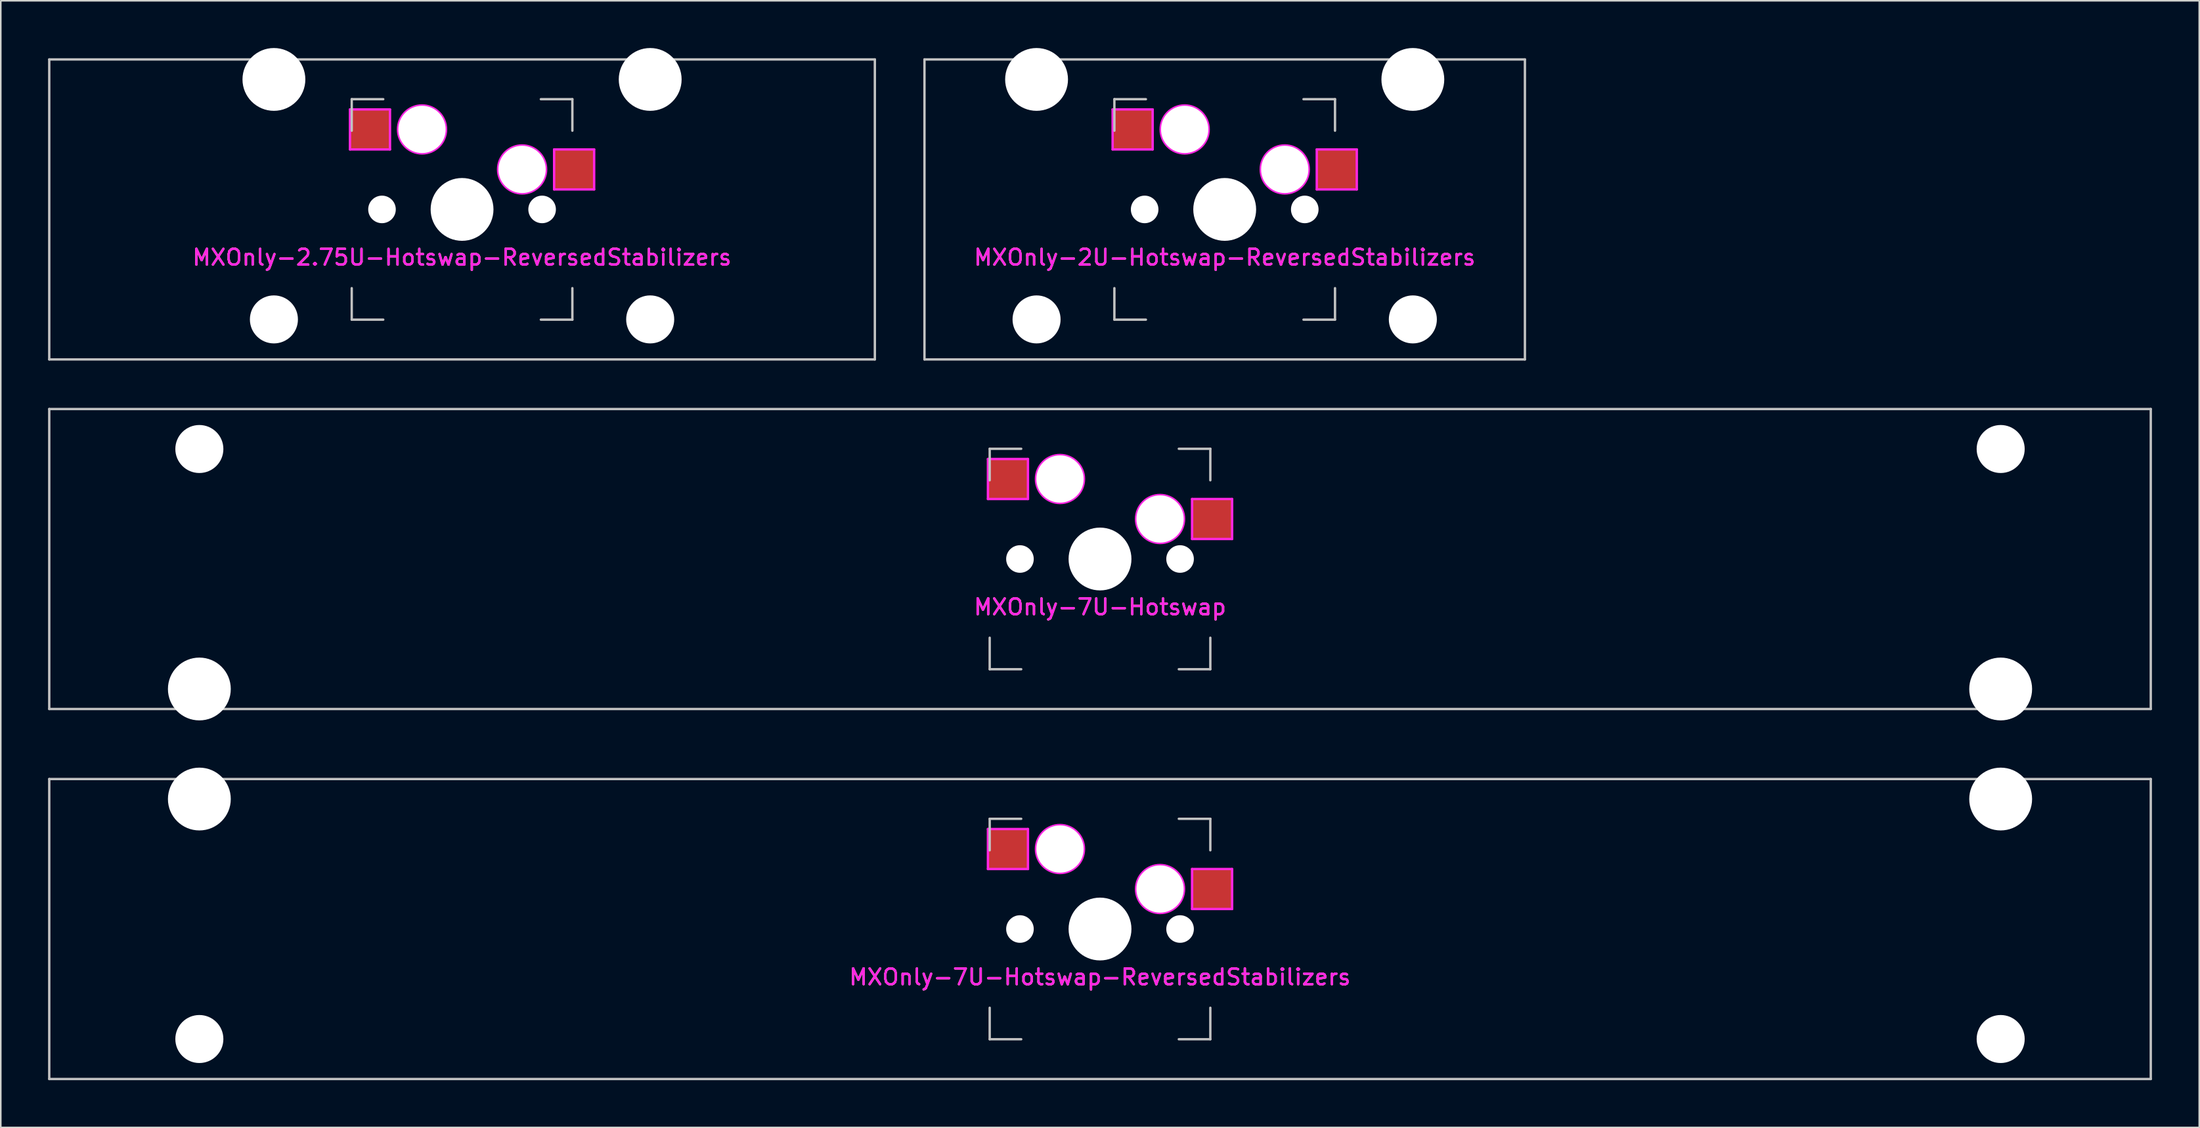
<source format=kicad_pcb>
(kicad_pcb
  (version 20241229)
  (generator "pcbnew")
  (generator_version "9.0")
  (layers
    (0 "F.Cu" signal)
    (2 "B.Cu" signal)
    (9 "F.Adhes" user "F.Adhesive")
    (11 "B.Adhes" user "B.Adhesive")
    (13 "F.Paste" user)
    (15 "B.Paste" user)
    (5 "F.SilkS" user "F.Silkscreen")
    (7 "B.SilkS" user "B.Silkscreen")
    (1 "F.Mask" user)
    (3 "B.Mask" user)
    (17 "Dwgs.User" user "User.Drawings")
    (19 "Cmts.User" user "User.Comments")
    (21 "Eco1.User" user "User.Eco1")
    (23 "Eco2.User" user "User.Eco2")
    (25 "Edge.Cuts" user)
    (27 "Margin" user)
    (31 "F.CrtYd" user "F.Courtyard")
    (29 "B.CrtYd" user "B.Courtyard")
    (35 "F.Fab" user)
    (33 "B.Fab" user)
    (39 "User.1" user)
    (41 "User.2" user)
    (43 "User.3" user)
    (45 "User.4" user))
  (footprint "MXOnly-7U-Hotswap-ReversedStabilizers"
    (layer "F.Cu")
    (at 66.75 55.947)
    (property "Reference" "MXOnly-7U-Hotswap-ReversedStabilizers" (at 0 3.048 0) (layer "F.CrtYd") (effects (font (size 1 1) (thickness 0.15))))
    (attr smd)
    (fp_line (start -66.675 -9.525) (end -66.675 9.525) (stroke (width 0.15) (type solid)) (layer "Dwgs.User"))
    (fp_line (start -66.675 9.525) (end 66.675 9.525) (stroke (width 0.15) (type solid)) (layer "Dwgs.User"))
    (fp_line (start -7 -7) (end -7 -5) (stroke (width 0.15) (type solid)) (layer "Dwgs.User"))
    (fp_line (start -7 7) (end -7 5) (stroke (width 0.15) (type solid)) (layer "Dwgs.User"))
    (fp_line (start -5 -7) (end -7 -7) (stroke (width 0.15) (type solid)) (layer "Dwgs.User"))
    (fp_line (start -5 7) (end -7 7) (stroke (width 0.15) (type solid)) (layer "Dwgs.User"))
    (fp_line (start 5 -7) (end 7 -7) (stroke (width 0.15) (type solid)) (layer "Dwgs.User"))
    (fp_line (start 7 -7) (end 7 -5) (stroke (width 0.15) (type solid)) (layer "Dwgs.User"))
    (fp_line (start 7 5) (end 7 7) (stroke (width 0.15) (type solid)) (layer "Dwgs.User"))
    (fp_line (start 7 7) (end 5 7) (stroke (width 0.15) (type solid)) (layer "Dwgs.User"))
    (fp_line (start 66.675 -9.525) (end -66.675 -9.525) (stroke (width 0.15) (type solid)) (layer "Dwgs.User"))
    (fp_line (start 66.675 9.525) (end 66.675 -9.525) (stroke (width 0.15) (type solid)) (layer "Dwgs.User"))
    (fp_line (start -7.112 -6.35) (end -7.112 -3.81) (stroke (width 0.15) (type solid)) (layer "F.CrtYd"))
    (fp_line (start -7.112 -3.81) (end -4.572 -3.81) (stroke (width 0.15) (type solid)) (layer "F.CrtYd"))
    (fp_line (start -4.572 -6.35) (end -7.112 -6.35) (stroke (width 0.15) (type solid)) (layer "F.CrtYd"))
    (fp_line (start -4.572 -3.81) (end -4.572 -6.35) (stroke (width 0.15) (type solid)) (layer "F.CrtYd"))
    (fp_line (start 5.842 -3.81) (end 5.842 -1.27) (stroke (width 0.15) (type solid)) (layer "F.CrtYd"))
    (fp_line (start 5.842 -1.27) (end 8.382 -1.27) (stroke (width 0.15) (type solid)) (layer "F.CrtYd"))
    (fp_line (start 8.382 -3.81) (end 5.842 -3.81) (stroke (width 0.15) (type solid)) (layer "F.CrtYd"))
    (fp_line (start 8.382 -1.27) (end 8.382 -3.81) (stroke (width 0.15) (type solid)) (layer "F.CrtYd"))
    (fp_circle (center -2.54 -5.08) (end -2.54 -6.604) (stroke (width 0.15) (type solid)) (fill no) (layer "F.CrtYd"))
    (fp_circle (center 3.81 -2.54) (end 3.81 -4.064) (stroke (width 0.15) (type solid)) (fill no) (layer "F.CrtYd"))
    (fp_text user "${REFERENCE}" (at 0 3.048 0) (layer "F.SilkS") (effects (font (size 1 1) (thickness 0.15))))
    (pad "" np_thru_hole circle (at -57.15 -8.255) (size 3.988 3.988) (drill 3.988) (layers "*.Cu" "*.Mask"))
    (pad "" np_thru_hole circle (at -57.15 6.985) (size 3.048 3.048) (drill 3.048) (layers "*.Cu" "*.Mask"))
    (pad "" np_thru_hole circle (at -5.08 0 311.9) (size 1.75 1.75) (drill 1.75) (layers "*.Cu" "*.Mask"))
    (pad "" np_thru_hole circle (at -2.54 -5.08) (size 3 3) (drill 3) (layers "*.Cu" "*.Mask"))
    (pad "" np_thru_hole circle (at 0 0) (size 3.988 3.988) (drill 3.988) (layers "*.Cu" "*.Mask"))
    (pad "" np_thru_hole circle (at 3.81 -2.54) (size 3 3) (drill 3) (layers "*.Cu" "*.Mask"))
    (pad "" np_thru_hole circle (at 5.08 0 311.9) (size 1.75 1.75) (drill 1.75) (layers "*.Cu" "*.Mask"))
    (pad "" np_thru_hole circle (at 57.15 -8.255) (size 3.988 3.988) (drill 3.988) (layers "*.Cu" "*.Mask"))
    (pad "" np_thru_hole circle (at 57.15 6.985) (size 3.048 3.048) (drill 3.048) (layers "*.Cu" "*.Mask"))
    (pad "1" smd rect (at 7.085 -2.54) (size 2.55 2.5) (layers "F.Cu" "F.Mask" "F.Paste"))
    (pad "2" smd rect (at -5.842 -5.08) (size 2.55 2.5) (layers "F.Cu" "F.Mask" "F.Paste")))
  (footprint "MXOnly-2U-Hotswap-ReversedStabilizers"
    (layer "F.Cu")
    (at 74.662 10.249)
    (property "Reference" "MXOnly-2U-Hotswap-ReversedStabilizers" (at 0 3.048 0) (layer "F.CrtYd") (effects (font (size 1 1) (thickness 0.15))))
    (attr smd)
    (fp_line (start -19.05 -9.525) (end -19.05 9.525) (stroke (width 0.15) (type solid)) (layer "Dwgs.User"))
    (fp_line (start -19.05 9.525) (end 19.05 9.525) (stroke (width 0.15) (type solid)) (layer "Dwgs.User"))
    (fp_line (start -7 -7) (end -7 -5) (stroke (width 0.15) (type solid)) (layer "Dwgs.User"))
    (fp_line (start -7 7) (end -7 5) (stroke (width 0.15) (type solid)) (layer "Dwgs.User"))
    (fp_line (start -5 -7) (end -7 -7) (stroke (width 0.15) (type solid)) (layer "Dwgs.User"))
    (fp_line (start -5 7) (end -7 7) (stroke (width 0.15) (type solid)) (layer "Dwgs.User"))
    (fp_line (start 5 -7) (end 7 -7) (stroke (width 0.15) (type solid)) (layer "Dwgs.User"))
    (fp_line (start 7 -7) (end 7 -5) (stroke (width 0.15) (type solid)) (layer "Dwgs.User"))
    (fp_line (start 7 5) (end 7 7) (stroke (width 0.15) (type solid)) (layer "Dwgs.User"))
    (fp_line (start 7 7) (end 5 7) (stroke (width 0.15) (type solid)) (layer "Dwgs.User"))
    (fp_line (start 19.05 -9.525) (end -19.05 -9.525) (stroke (width 0.15) (type solid)) (layer "Dwgs.User"))
    (fp_line (start 19.05 9.525) (end 19.05 -9.525) (stroke (width 0.15) (type solid)) (layer "Dwgs.User"))
    (fp_line (start -7.112 -6.35) (end -7.112 -3.81) (stroke (width 0.15) (type solid)) (layer "F.CrtYd"))
    (fp_line (start -7.112 -3.81) (end -4.572 -3.81) (stroke (width 0.15) (type solid)) (layer "F.CrtYd"))
    (fp_line (start -4.572 -6.35) (end -7.112 -6.35) (stroke (width 0.15) (type solid)) (layer "F.CrtYd"))
    (fp_line (start -4.572 -3.81) (end -4.572 -6.35) (stroke (width 0.15) (type solid)) (layer "F.CrtYd"))
    (fp_line (start 5.842 -3.81) (end 5.842 -1.27) (stroke (width 0.15) (type solid)) (layer "F.CrtYd"))
    (fp_line (start 5.842 -1.27) (end 8.382 -1.27) (stroke (width 0.15) (type solid)) (layer "F.CrtYd"))
    (fp_line (start 8.382 -3.81) (end 5.842 -3.81) (stroke (width 0.15) (type solid)) (layer "F.CrtYd"))
    (fp_line (start 8.382 -1.27) (end 8.382 -3.81) (stroke (width 0.15) (type solid)) (layer "F.CrtYd"))
    (fp_circle (center -2.54 -5.08) (end -2.54 -6.604) (stroke (width 0.15) (type solid)) (fill no) (layer "F.CrtYd"))
    (fp_circle (center 3.81 -2.54) (end 3.81 -4.064) (stroke (width 0.15) (type solid)) (fill no) (layer "F.CrtYd"))
    (fp_text user "${REFERENCE}" (at 0 3.048 0) (layer "F.SilkS") (effects (font (size 1 1) (thickness 0.15))))
    (pad "" np_thru_hole circle (at -11.938 -8.255) (size 3.988 3.988) (drill 3.988) (layers "*.Cu" "*.Mask"))
    (pad "" np_thru_hole circle (at -11.938 6.985) (size 3.048 3.048) (drill 3.048) (layers "*.Cu" "*.Mask"))
    (pad "" np_thru_hole circle (at -5.08 0 311.9) (size 1.75 1.75) (drill 1.75) (layers "*.Cu" "*.Mask"))
    (pad "" np_thru_hole circle (at -2.54 -5.08) (size 3 3) (drill 3) (layers "*.Cu" "*.Mask"))
    (pad "" np_thru_hole circle (at 0 0) (size 3.988 3.988) (drill 3.988) (layers "*.Cu" "*.Mask"))
    (pad "" np_thru_hole circle (at 3.81 -2.54) (size 3 3) (drill 3) (layers "*.Cu" "*.Mask"))
    (pad "" np_thru_hole circle (at 5.08 0 311.9) (size 1.75 1.75) (drill 1.75) (layers "*.Cu" "*.Mask"))
    (pad "" np_thru_hole circle (at 11.938 -8.255) (size 3.988 3.988) (drill 3.988) (layers "*.Cu" "*.Mask"))
    (pad "" np_thru_hole circle (at 11.938 6.985) (size 3.048 3.048) (drill 3.048) (layers "*.Cu" "*.Mask"))
    (pad "1" smd rect (at 7.085 -2.54) (size 2.55 2.5) (layers "F.Cu" "F.Mask" "F.Paste"))
    (pad "2" smd rect (at -5.842 -5.08) (size 2.55 2.5) (layers "F.Cu" "F.Mask" "F.Paste")))
  (footprint "MXOnly-7U-Hotswap"
    (layer "F.Cu")
    (at 66.75 32.449)
    (property "Reference" "MXOnly-7U-Hotswap" (at 0 3.048 0) (layer "F.CrtYd") (effects (font (size 1 1) (thickness 0.15))))
    (attr smd)
    (fp_line (start -66.675 -9.525) (end -66.675 9.525) (stroke (width 0.15) (type solid)) (layer "Dwgs.User"))
    (fp_line (start -66.675 9.525) (end 66.675 9.525) (stroke (width 0.15) (type solid)) (layer "Dwgs.User"))
    (fp_line (start -7 -7) (end -7 -5) (stroke (width 0.15) (type solid)) (layer "Dwgs.User"))
    (fp_line (start -7 7) (end -7 5) (stroke (width 0.15) (type solid)) (layer "Dwgs.User"))
    (fp_line (start -5 -7) (end -7 -7) (stroke (width 0.15) (type solid)) (layer "Dwgs.User"))
    (fp_line (start -5 7) (end -7 7) (stroke (width 0.15) (type solid)) (layer "Dwgs.User"))
    (fp_line (start 5 -7) (end 7 -7) (stroke (width 0.15) (type solid)) (layer "Dwgs.User"))
    (fp_line (start 7 -7) (end 7 -5) (stroke (width 0.15) (type solid)) (layer "Dwgs.User"))
    (fp_line (start 7 5) (end 7 7) (stroke (width 0.15) (type solid)) (layer "Dwgs.User"))
    (fp_line (start 7 7) (end 5 7) (stroke (width 0.15) (type solid)) (layer "Dwgs.User"))
    (fp_line (start 66.675 -9.525) (end -66.675 -9.525) (stroke (width 0.15) (type solid)) (layer "Dwgs.User"))
    (fp_line (start 66.675 9.525) (end 66.675 -9.525) (stroke (width 0.15) (type solid)) (layer "Dwgs.User"))
    (fp_line (start -7.112 -6.35) (end -7.112 -3.81) (stroke (width 0.15) (type solid)) (layer "F.CrtYd"))
    (fp_line (start -7.112 -3.81) (end -4.572 -3.81) (stroke (width 0.15) (type solid)) (layer "F.CrtYd"))
    (fp_line (start -4.572 -6.35) (end -7.112 -6.35) (stroke (width 0.15) (type solid)) (layer "F.CrtYd"))
    (fp_line (start -4.572 -3.81) (end -4.572 -6.35) (stroke (width 0.15) (type solid)) (layer "F.CrtYd"))
    (fp_line (start 5.842 -3.81) (end 5.842 -1.27) (stroke (width 0.15) (type solid)) (layer "F.CrtYd"))
    (fp_line (start 5.842 -1.27) (end 8.382 -1.27) (stroke (width 0.15) (type solid)) (layer "F.CrtYd"))
    (fp_line (start 8.382 -3.81) (end 5.842 -3.81) (stroke (width 0.15) (type solid)) (layer "F.CrtYd"))
    (fp_line (start 8.382 -1.27) (end 8.382 -3.81) (stroke (width 0.15) (type solid)) (layer "F.CrtYd"))
    (fp_circle (center -2.54 -5.08) (end -2.54 -6.604) (stroke (width 0.15) (type solid)) (fill no) (layer "F.CrtYd"))
    (fp_circle (center 3.81 -2.54) (end 3.81 -4.064) (stroke (width 0.15) (type solid)) (fill no) (layer "F.CrtYd"))
    (fp_text user "${REFERENCE}" (at 0 3.048 0) (layer "F.SilkS") (effects (font (size 1 1) (thickness 0.15))))
    (pad "" np_thru_hole circle (at -57.15 -6.985) (size 3.048 3.048) (drill 3.048) (layers "*.Cu" "*.Mask"))
    (pad "" np_thru_hole circle (at -57.15 8.255) (size 3.988 3.988) (drill 3.988) (layers "*.Cu" "*.Mask"))
    (pad "" np_thru_hole circle (at -5.08 0 311.9) (size 1.75 1.75) (drill 1.75) (layers "*.Cu" "*.Mask"))
    (pad "" np_thru_hole circle (at -2.54 -5.08) (size 3 3) (drill 3) (layers "*.Cu" "*.Mask"))
    (pad "" np_thru_hole circle (at 0 0) (size 3.988 3.988) (drill 3.988) (layers "*.Cu" "*.Mask"))
    (pad "" np_thru_hole circle (at 3.81 -2.54) (size 3 3) (drill 3) (layers "*.Cu" "*.Mask"))
    (pad "" np_thru_hole circle (at 5.08 0 311.9) (size 1.75 1.75) (drill 1.75) (layers "*.Cu" "*.Mask"))
    (pad "" np_thru_hole circle (at 57.15 -6.985) (size 3.048 3.048) (drill 3.048) (layers "*.Cu" "*.Mask"))
    (pad "" np_thru_hole circle (at 57.15 8.255) (size 3.988 3.988) (drill 3.988) (layers "*.Cu" "*.Mask"))
    (pad "1" smd rect (at 7.085 -2.54) (size 2.55 2.5) (layers "F.Cu" "F.Mask" "F.Paste"))
    (pad "2" smd rect (at -5.842 -5.08) (size 2.55 2.5) (layers "F.Cu" "F.Mask" "F.Paste")))
  (footprint "MXOnly-2.75U-Hotswap-ReversedStabilizers"
    (layer "F.Cu")
    (at 26.269 10.249)
    (property "Reference" "MXOnly-2.75U-Hotswap-ReversedStabilizers" (at 0 3.048 0) (layer "F.CrtYd") (effects (font (size 1 1) (thickness 0.15))))
    (attr smd)
    (fp_line (start -26.194 -9.525) (end -26.194 9.525) (stroke (width 0.15) (type solid)) (layer "Dwgs.User"))
    (fp_line (start -26.194 9.525) (end 26.194 9.525) (stroke (width 0.15) (type solid)) (layer "Dwgs.User"))
    (fp_line (start -7 -7) (end -7 -5) (stroke (width 0.15) (type solid)) (layer "Dwgs.User"))
    (fp_line (start -7 7) (end -7 5) (stroke (width 0.15) (type solid)) (layer "Dwgs.User"))
    (fp_line (start -5 -7) (end -7 -7) (stroke (width 0.15) (type solid)) (layer "Dwgs.User"))
    (fp_line (start -5 7) (end -7 7) (stroke (width 0.15) (type solid)) (layer "Dwgs.User"))
    (fp_line (start 5 -7) (end 7 -7) (stroke (width 0.15) (type solid)) (layer "Dwgs.User"))
    (fp_line (start 7 -7) (end 7 -5) (stroke (width 0.15) (type solid)) (layer "Dwgs.User"))
    (fp_line (start 7 5) (end 7 7) (stroke (width 0.15) (type solid)) (layer "Dwgs.User"))
    (fp_line (start 7 7) (end 5 7) (stroke (width 0.15) (type solid)) (layer "Dwgs.User"))
    (fp_line (start 26.194 -9.525) (end -26.194 -9.525) (stroke (width 0.15) (type solid)) (layer "Dwgs.User"))
    (fp_line (start 26.194 9.525) (end 26.194 -9.525) (stroke (width 0.15) (type solid)) (layer "Dwgs.User"))
    (fp_line (start -7.112 -6.35) (end -7.112 -3.81) (stroke (width 0.15) (type solid)) (layer "F.CrtYd"))
    (fp_line (start -7.112 -3.81) (end -4.572 -3.81) (stroke (width 0.15) (type solid)) (layer "F.CrtYd"))
    (fp_line (start -4.572 -6.35) (end -7.112 -6.35) (stroke (width 0.15) (type solid)) (layer "F.CrtYd"))
    (fp_line (start -4.572 -3.81) (end -4.572 -6.35) (stroke (width 0.15) (type solid)) (layer "F.CrtYd"))
    (fp_line (start 5.842 -3.81) (end 5.842 -1.27) (stroke (width 0.15) (type solid)) (layer "F.CrtYd"))
    (fp_line (start 5.842 -1.27) (end 8.382 -1.27) (stroke (width 0.15) (type solid)) (layer "F.CrtYd"))
    (fp_line (start 8.382 -3.81) (end 5.842 -3.81) (stroke (width 0.15) (type solid)) (layer "F.CrtYd"))
    (fp_line (start 8.382 -1.27) (end 8.382 -3.81) (stroke (width 0.15) (type solid)) (layer "F.CrtYd"))
    (fp_circle (center -2.54 -5.08) (end -2.54 -6.604) (stroke (width 0.15) (type solid)) (fill no) (layer "F.CrtYd"))
    (fp_circle (center 3.81 -2.54) (end 3.81 -4.064) (stroke (width 0.15) (type solid)) (fill no) (layer "F.CrtYd"))
    (fp_text user "${REFERENCE}" (at 0 3.048 0) (layer "F.SilkS") (effects (font (size 1 1) (thickness 0.15))))
    (pad "" np_thru_hole circle (at -11.938 -8.255) (size 3.988 3.988) (drill 3.988) (layers "*.Cu" "*.Mask"))
    (pad "" np_thru_hole circle (at -11.938 6.985) (size 3.048 3.048) (drill 3.048) (layers "*.Cu" "*.Mask"))
    (pad "" np_thru_hole circle (at -5.08 0 311.9) (size 1.75 1.75) (drill 1.75) (layers "*.Cu" "*.Mask"))
    (pad "" np_thru_hole circle (at -2.54 -5.08) (size 3 3) (drill 3) (layers "*.Cu" "*.Mask"))
    (pad "" np_thru_hole circle (at 0 0) (size 3.988 3.988) (drill 3.988) (layers "*.Cu" "*.Mask"))
    (pad "" np_thru_hole circle (at 3.81 -2.54) (size 3 3) (drill 3) (layers "*.Cu" "*.Mask"))
    (pad "" np_thru_hole circle (at 5.08 0 311.9) (size 1.75 1.75) (drill 1.75) (layers "*.Cu" "*.Mask"))
    (pad "" np_thru_hole circle (at 11.938 -8.255) (size 3.988 3.988) (drill 3.988) (layers "*.Cu" "*.Mask"))
    (pad "" np_thru_hole circle (at 11.938 6.985) (size 3.048 3.048) (drill 3.048) (layers "*.Cu" "*.Mask"))
    (pad "1" smd rect (at 7.085 -2.54) (size 2.55 2.5) (layers "F.Cu" "F.Mask" "F.Paste"))
    (pad "2" smd rect (at -5.842 -5.08) (size 2.55 2.5) (layers "F.Cu" "F.Mask" "F.Paste")))
  (gr_rect
    (start -3 -3)
    (end 136.5 68.547)
    (stroke (width 0.1) (type default))
    (fill no)
    (layer "Edge.Cuts")))
</source>
